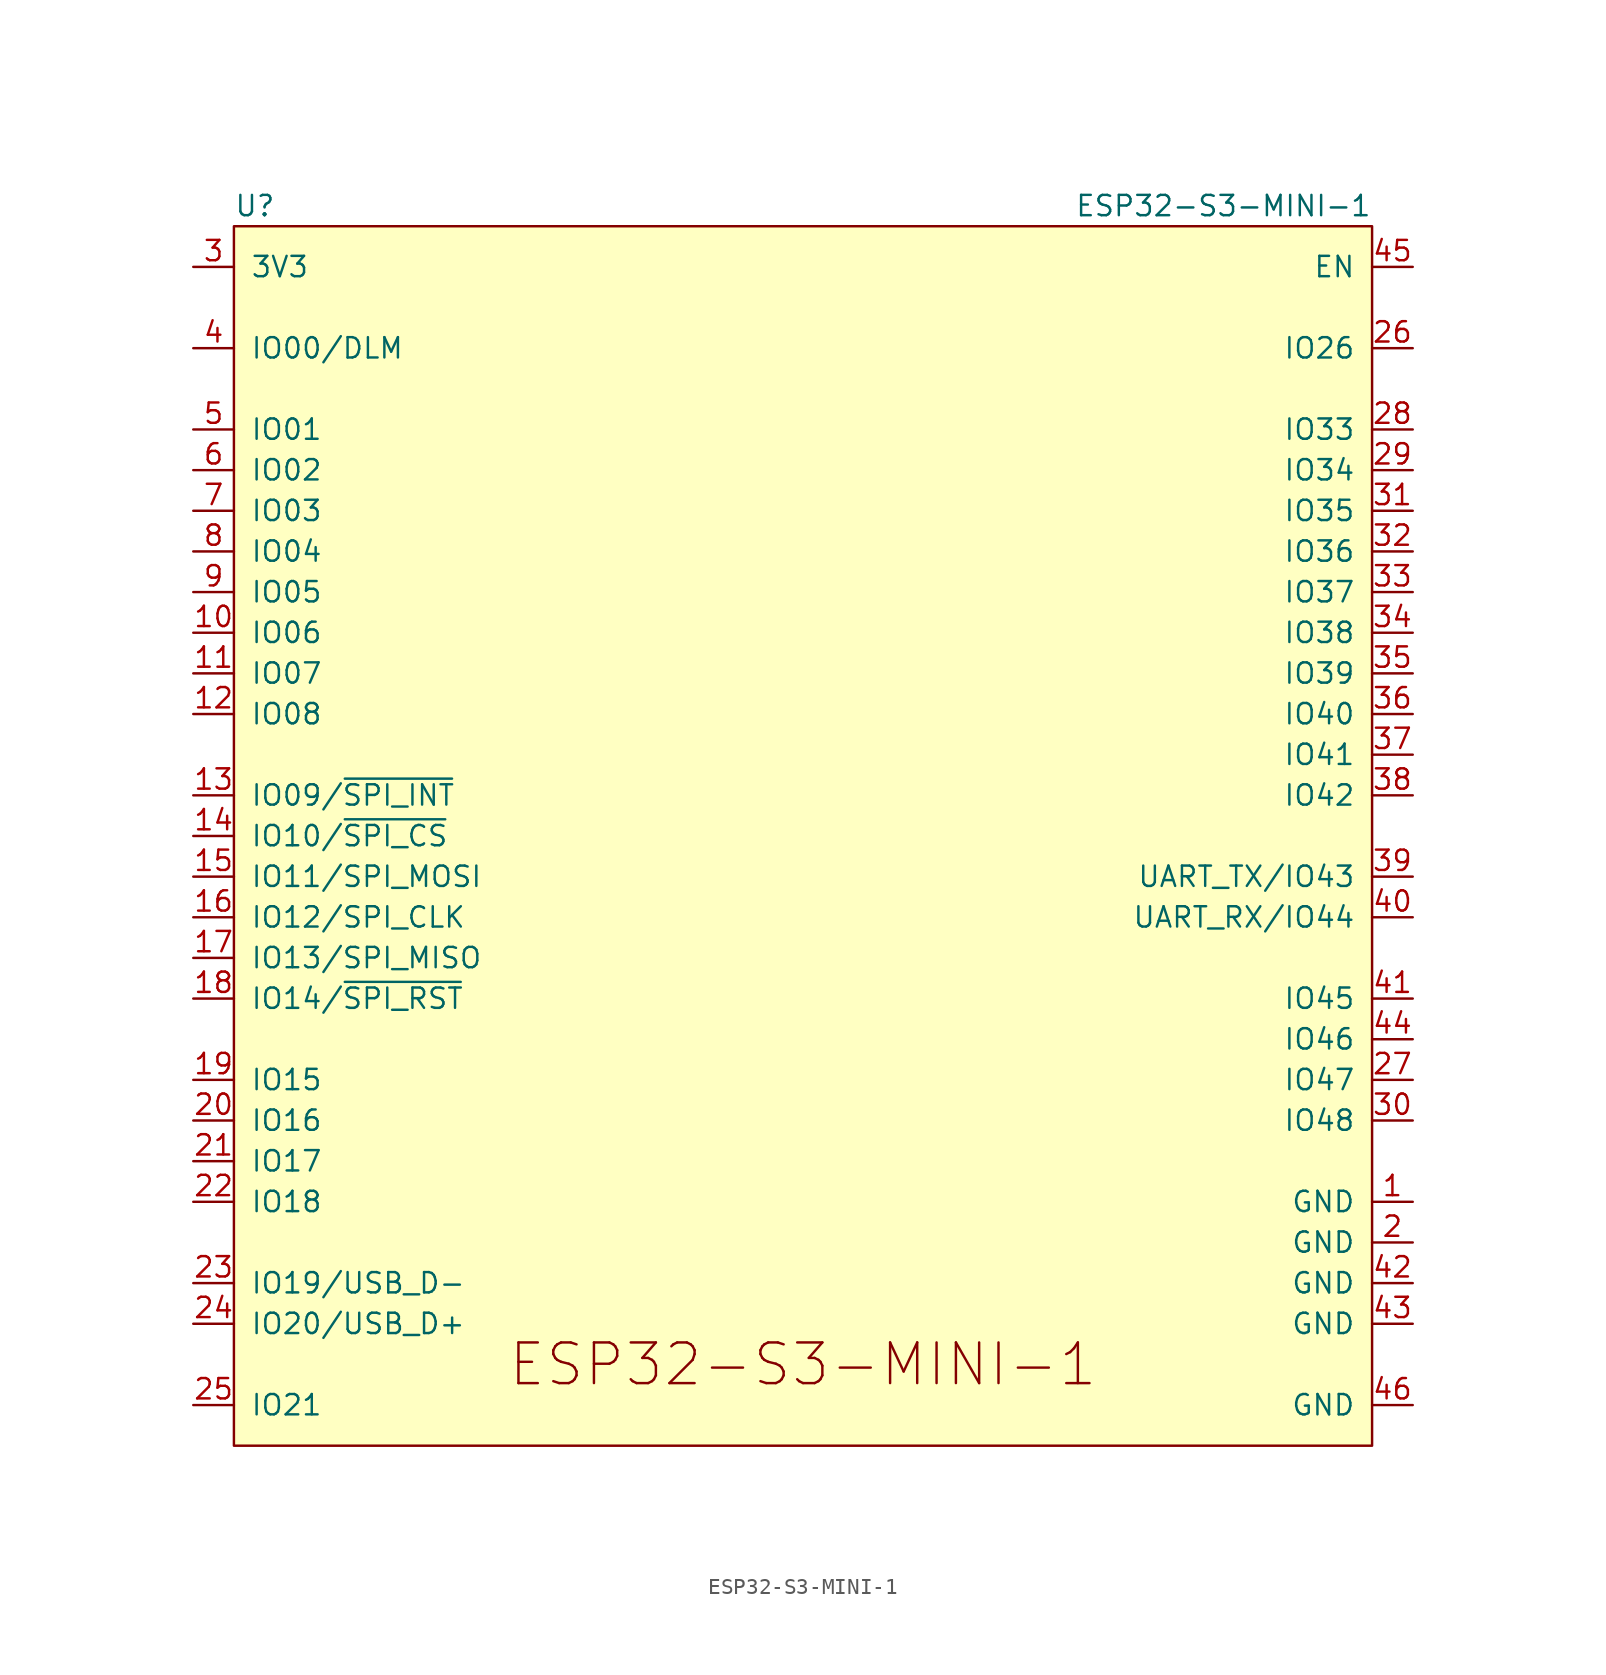
<source format=kicad_sym>
(kicad_symbol_lib
  (version 20211014)
  (generator kicad_symbol_editor)
  (symbol "ESP32-S3-MINI-1"
    (pin_names
      (offset 1.016))
    (property "Reference" "U"
      (at -35.56 39.37 0)
      (effects (font (size 1.27 1.27)) (justify left)))
    (property "Value" "ESP32-S3-MINI-1"
      (at 35.56 39.37 0)
      (effects (font (size 1.27 1.27)) (justify right)))
    (symbol "ESP32-S3-MINI-1_0_0"
      (rectangle (start -35.56 38.1) (end 35.56 -38.1) (stroke (width 0) (type default) (color 0 0 0 0)) (fill (type background)))
      (text "ESP32-S3-MINI-1" (at 0 -33.02 0) (effects (font (size 2.54 2.54))))
      (pin power_in line (at 38.1 -22.86 180) (length 2.54) (name "GND" (effects (font (size 1.27 1.27)))) (number "1" (effects (font (size 1.27 1.27)))))
      (pin bidirectional line (at -38.1 12.7 0) (length 2.54) (name "IO06" (effects (font (size 1.27 1.27)))) (number "10" (effects (font (size 1.27 1.27)))))
      (pin bidirectional line (at -38.1 10.16 0) (length 2.54) (name "IO07" (effects (font (size 1.27 1.27)))) (number "11" (effects (font (size 1.27 1.27)))))
      (pin bidirectional line (at -38.1 7.62 0) (length 2.54) (name "IO08" (effects (font (size 1.27 1.27)))) (number "12" (effects (font (size 1.27 1.27)))))
      (pin bidirectional line (at -38.1 2.54 0) (length 2.54) (name "IO09/~{SPI_INT}" (effects (font (size 1.27 1.27)))) (number "13" (effects (font (size 1.27 1.27)))))
      (pin bidirectional line (at -38.1 0 0) (length 2.54) (name "IO10/~{SPI_CS}" (effects (font (size 1.27 1.27)))) (number "14" (effects (font (size 1.27 1.27)))))
      (pin bidirectional line (at -38.1 -2.54 0) (length 2.54) (name "IO11/SPI_MOSI" (effects (font (size 1.27 1.27)))) (number "15" (effects (font (size 1.27 1.27)))))
      (pin bidirectional line (at -38.1 -5.08 0) (length 2.54) (name "IO12/SPI_CLK" (effects (font (size 1.27 1.27)))) (number "16" (effects (font (size 1.27 1.27)))))
      (pin bidirectional line (at -38.1 -7.62 0) (length 2.54) (name "IO13/SPI_MISO" (effects (font (size 1.27 1.27)))) (number "17" (effects (font (size 1.27 1.27)))))
      (pin bidirectional line (at -38.1 -10.16 0) (length 2.54) (name "IO14/~{SPI_RST}" (effects (font (size 1.27 1.27)))) (number "18" (effects (font (size 1.27 1.27)))))
      (pin bidirectional line (at -38.1 -15.24 0) (length 2.54) (name "IO15" (effects (font (size 1.27 1.27)))) (number "19" (effects (font (size 1.27 1.27)))))
      (pin power_in line (at 38.1 -25.4 180) (length 2.54) (name "GND" (effects (font (size 1.27 1.27)))) (number "2" (effects (font (size 1.27 1.27)))))
      (pin bidirectional line (at -38.1 -17.78 0) (length 2.54) (name "IO16" (effects (font (size 1.27 1.27)))) (number "20" (effects (font (size 1.27 1.27)))))
      (pin bidirectional line (at -38.1 -20.32 0) (length 2.54) (name "IO17" (effects (font (size 1.27 1.27)))) (number "21" (effects (font (size 1.27 1.27)))))
      (pin bidirectional line (at -38.1 -22.86 0) (length 2.54) (name "IO18" (effects (font (size 1.27 1.27)))) (number "22" (effects (font (size 1.27 1.27)))))
      (pin bidirectional line (at -38.1 -27.94 0) (length 2.54) (name "IO19/USB_D-" (effects (font (size 1.27 1.27)))) (number "23" (effects (font (size 1.27 1.27)))))
      (pin bidirectional line (at -38.1 -30.48 0) (length 2.54) (name "IO20/USB_D+" (effects (font (size 1.27 1.27)))) (number "24" (effects (font (size 1.27 1.27)))))
      (pin bidirectional line (at -38.1 -35.56 0) (length 2.54) (name "IO21" (effects (font (size 1.27 1.27)))) (number "25" (effects (font (size 1.27 1.27)))))
      (pin bidirectional line (at 38.1 30.48 180) (length 2.54) (name "IO26" (effects (font (size 1.27 1.27)))) (number "26" (effects (font (size 1.27 1.27)))))
      (pin bidirectional line (at 38.1 -15.24 180) (length 2.54) (name "IO47" (effects (font (size 1.27 1.27)))) (number "27" (effects (font (size 1.27 1.27)))))
      (pin bidirectional line (at 38.1 25.4 180) (length 2.54) (name "IO33" (effects (font (size 1.27 1.27)))) (number "28" (effects (font (size 1.27 1.27)))))
      (pin bidirectional line (at 38.1 22.86 180) (length 2.54) (name "IO34" (effects (font (size 1.27 1.27)))) (number "29" (effects (font (size 1.27 1.27)))))
      (pin power_in line (at -38.1 35.56 0) (length 2.54) (name "3V3" (effects (font (size 1.27 1.27)))) (number "3" (effects (font (size 1.27 1.27)))))
      (pin bidirectional line (at 38.1 -17.78 180) (length 2.54) (name "IO48" (effects (font (size 1.27 1.27)))) (number "30" (effects (font (size 1.27 1.27)))))
      (pin bidirectional line (at 38.1 20.32 180) (length 2.54) (name "IO35" (effects (font (size 1.27 1.27)))) (number "31" (effects (font (size 1.27 1.27)))))
      (pin bidirectional line (at 38.1 17.78 180) (length 2.54) (name "IO36" (effects (font (size 1.27 1.27)))) (number "32" (effects (font (size 1.27 1.27)))))
      (pin bidirectional line (at 38.1 15.24 180) (length 2.54) (name "IO37" (effects (font (size 1.27 1.27)))) (number "33" (effects (font (size 1.27 1.27)))))
      (pin bidirectional line (at 38.1 12.7 180) (length 2.54) (name "IO38" (effects (font (size 1.27 1.27)))) (number "34" (effects (font (size 1.27 1.27)))))
      (pin bidirectional line (at 38.1 10.16 180) (length 2.54) (name "IO39" (effects (font (size 1.27 1.27)))) (number "35" (effects (font (size 1.27 1.27)))))
      (pin bidirectional line (at 38.1 7.62 180) (length 2.54) (name "IO40" (effects (font (size 1.27 1.27)))) (number "36" (effects (font (size 1.27 1.27)))))
      (pin bidirectional line (at 38.1 5.08 180) (length 2.54) (name "IO41" (effects (font (size 1.27 1.27)))) (number "37" (effects (font (size 1.27 1.27)))))
      (pin bidirectional line (at 38.1 2.54 180) (length 2.54) (name "IO42" (effects (font (size 1.27 1.27)))) (number "38" (effects (font (size 1.27 1.27)))))
      (pin bidirectional line (at 38.1 -2.54 180) (length 2.54) (name "UART_TX/IO43" (effects (font (size 1.27 1.27)))) (number "39" (effects (font (size 1.27 1.27)))))
      (pin bidirectional line (at -38.1 30.48 0) (length 2.54) (name "IO00/DLM" (effects (font (size 1.27 1.27)))) (number "4" (effects (font (size 1.27 1.27)))))
      (pin bidirectional line (at 38.1 -5.08 180) (length 2.54) (name "UART_RX/IO44" (effects (font (size 1.27 1.27)))) (number "40" (effects (font (size 1.27 1.27)))))
      (pin bidirectional line (at 38.1 -10.16 180) (length 2.54) (name "IO45" (effects (font (size 1.27 1.27)))) (number "41" (effects (font (size 1.27 1.27)))))
      (pin power_in line (at 38.1 -27.94 180) (length 2.54) (name "GND" (effects (font (size 1.27 1.27)))) (number "42" (effects (font (size 1.27 1.27)))))
      (pin power_in line (at 38.1 -30.48 180) (length 2.54) (name "GND" (effects (font (size 1.27 1.27)))) (number "43" (effects (font (size 1.27 1.27)))))
      (pin bidirectional line (at 38.1 -12.7 180) (length 2.54) (name "IO46" (effects (font (size 1.27 1.27)))) (number "44" (effects (font (size 1.27 1.27)))))
      (pin input line (at 38.1 35.56 180) (length 2.54) (name "EN" (effects (font (size 1.27 1.27)))) (number "45" (effects (font (size 1.27 1.27)))))
      (pin power_in line (at 38.1 -35.56 180) (length 2.54) (name "GND" (effects (font (size 1.27 1.27)))) (number "46" (effects (font (size 1.27 1.27)))))
      (pin bidirectional line (at -38.1 25.4 0) (length 2.54) (name "IO01" (effects (font (size 1.27 1.27)))) (number "5" (effects (font (size 1.27 1.27)))))
      (pin bidirectional line (at -38.1 22.86 0) (length 2.54) (name "IO02" (effects (font (size 1.27 1.27)))) (number "6" (effects (font (size 1.27 1.27)))))
      (pin bidirectional line (at -38.1 20.32 0) (length 2.54) (name "IO03" (effects (font (size 1.27 1.27)))) (number "7" (effects (font (size 1.27 1.27)))))
      (pin bidirectional line (at -38.1 17.78 0) (length 2.54) (name "IO04" (effects (font (size 1.27 1.27)))) (number "8" (effects (font (size 1.27 1.27)))))
      (pin bidirectional line (at -38.1 15.24 0) (length 2.54) (name "IO05" (effects (font (size 1.27 1.27)))) (number "9" (effects (font (size 1.27 1.27))))))))
</source>
